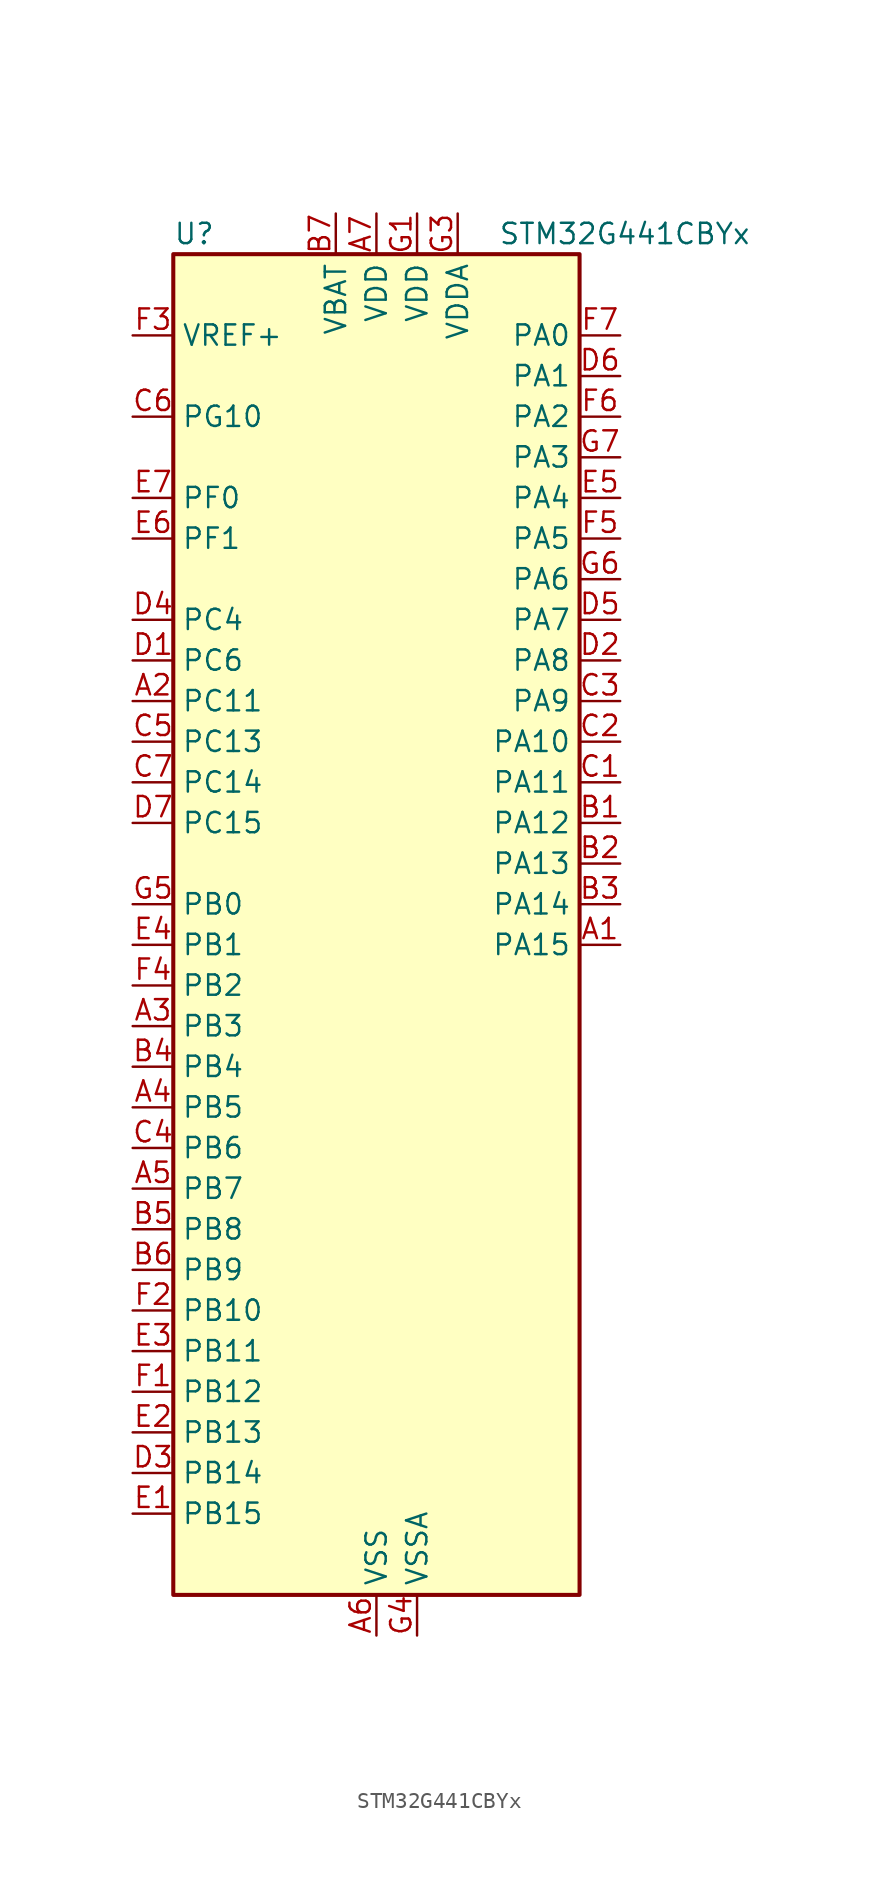
<source format=kicad_sym>
(kicad_symbol_lib
  (version 20241209)
  (generator "kicad_symbol_editor")
  (generator_version "9.0")
  (symbol "STM32G441CBYx"
    (property "Reference" "U"
      (at -12.7 44.45 0)
      (effects (font (size 1.27 1.27)) (justify left)))
    (property "Value" "STM32G441CBYx"
      (at 7.62 44.45 0)
      (effects (font (size 1.27 1.27)) (justify left)))
    (symbol "STM32G441CBYx_0_1"
      (rectangle (start -12.7 -40.64) (end 12.7 43.18) (stroke (width 0.254) (type default)) (fill (type background))))
    (symbol "STM32G441CBYx_1_1"
      (pin input line (at -15.24 38.1 0) (length 2.54) (name "VREF+" (effects (font (size 1.27 1.27)))) (number "F3" (effects (font (size 1.27 1.27)))) (alternate "VREFBUF_OUT" bidirectional line))
      (pin bidirectional line (at -15.24 33.02 0) (length 2.54) (name "PG10" (effects (font (size 1.27 1.27)))) (number "C6" (effects (font (size 1.27 1.27)))) (alternate "DAC1_EXTI10" bidirectional line) (alternate "DAC3_EXTI10" bidirectional line) (alternate "RCC_MCO" bidirectional line))
      (pin bidirectional line (at -15.24 27.94 0) (length 2.54) (name "PF0" (effects (font (size 1.27 1.27)))) (number "E7" (effects (font (size 1.27 1.27)))) (alternate "ADC1_IN10" bidirectional line) (alternate "I2C2_SDA" bidirectional line) (alternate "I2S2_WS" bidirectional line) (alternate "RCC_OSC_IN" bidirectional line) (alternate "SPI2_NSS" bidirectional line) (alternate "TIM1_CH3N" bidirectional line))
      (pin bidirectional line (at -15.24 25.4 0) (length 2.54) (name "PF1" (effects (font (size 1.27 1.27)))) (number "E6" (effects (font (size 1.27 1.27)))) (alternate "ADC2_IN10" bidirectional line) (alternate "COMP3_INM" bidirectional line) (alternate "I2S2_CK" bidirectional line) (alternate "RCC_OSC_OUT" bidirectional line) (alternate "SPI2_SCK" bidirectional line))
      (pin bidirectional line (at -15.24 20.32 0) (length 2.54) (name "PC4" (effects (font (size 1.27 1.27)))) (number "D4" (effects (font (size 1.27 1.27)))) (alternate "ADC2_IN5" bidirectional line) (alternate "I2C2_SCL" bidirectional line) (alternate "TIM1_ETR" bidirectional line) (alternate "USART1_TX" bidirectional line))
      (pin bidirectional line (at -15.24 17.78 0) (length 2.54) (name "PC6" (effects (font (size 1.27 1.27)))) (number "D1" (effects (font (size 1.27 1.27)))) (alternate "I2S2_MCK" bidirectional line) (alternate "TIM3_CH1" bidirectional line) (alternate "TIM8_CH1" bidirectional line))
      (pin bidirectional line (at -15.24 15.24 0) (length 2.54) (name "PC11" (effects (font (size 1.27 1.27)))) (number "A2" (effects (font (size 1.27 1.27)))) (alternate "ADC1_EXTI11" bidirectional line) (alternate "ADC2_EXTI11" bidirectional line) (alternate "I2C3_SDA" bidirectional line) (alternate "SPI3_MISO" bidirectional line) (alternate "TIM8_CH2N" bidirectional line) (alternate "USART3_RX" bidirectional line))
      (pin bidirectional line (at -15.24 12.7 0) (length 2.54) (name "PC13" (effects (font (size 1.27 1.27)))) (number "C5" (effects (font (size 1.27 1.27)))) (alternate "RTC_OUT1" bidirectional line) (alternate "RTC_TAMP1" bidirectional line) (alternate "RTC_TS" bidirectional line) (alternate "SYS_WKUP2" bidirectional line) (alternate "TIM1_BKIN" bidirectional line) (alternate "TIM1_CH1N" bidirectional line) (alternate "TIM8_CH4N" bidirectional line))
      (pin bidirectional line (at -15.24 10.16 0) (length 2.54) (name "PC14" (effects (font (size 1.27 1.27)))) (number "C7" (effects (font (size 1.27 1.27)))) (alternate "RCC_OSC32_IN" bidirectional line))
      (pin bidirectional line (at -15.24 7.62 0) (length 2.54) (name "PC15" (effects (font (size 1.27 1.27)))) (number "D7" (effects (font (size 1.27 1.27)))) (alternate "ADC1_EXTI15" bidirectional line) (alternate "ADC2_EXTI15" bidirectional line) (alternate "RCC_OSC32_OUT" bidirectional line))
      (pin bidirectional line (at -15.24 2.54 0) (length 2.54) (name "PB0" (effects (font (size 1.27 1.27)))) (number "G5" (effects (font (size 1.27 1.27)))) (alternate "ADC1_IN15" bidirectional line) (alternate "COMP4_INP" bidirectional line) (alternate "OPAMP2_VINP" bidirectional line) (alternate "OPAMP2_VINP_SEC" bidirectional line) (alternate "OPAMP3_VINP" bidirectional line) (alternate "OPAMP3_VINP_SEC" bidirectional line) (alternate "TIM1_CH2N" bidirectional line) (alternate "TIM3_CH3" bidirectional line) (alternate "TIM8_CH2N" bidirectional line) (alternate "UCPD1_FRSTX1" bidirectional line) (alternate "UCPD1_FRSTX2" bidirectional line))
      (pin bidirectional line (at -15.24 0 0) (length 2.54) (name "PB1" (effects (font (size 1.27 1.27)))) (number "E4" (effects (font (size 1.27 1.27)))) (alternate "ADC1_IN12" bidirectional line) (alternate "COMP1_INP" bidirectional line) (alternate "COMP4_OUT" bidirectional line) (alternate "LPUART1_DE" bidirectional line) (alternate "LPUART1_RTS" bidirectional line) (alternate "OPAMP3_VOUT" bidirectional line) (alternate "TIM1_CH3N" bidirectional line) (alternate "TIM3_CH4" bidirectional line) (alternate "TIM8_CH3N" bidirectional line))
      (pin bidirectional line (at -15.24 -2.54 0) (length 2.54) (name "PB2" (effects (font (size 1.27 1.27)))) (number "F4" (effects (font (size 1.27 1.27)))) (alternate "ADC2_IN12" bidirectional line) (alternate "COMP4_INM" bidirectional line) (alternate "I2C3_SMBA" bidirectional line) (alternate "LPTIM1_OUT" bidirectional line) (alternate "OPAMP3_VINM" bidirectional line) (alternate "OPAMP3_VINM0" bidirectional line) (alternate "OPAMP3_VINM_SEC" bidirectional line) (alternate "RTC_OUT2" bidirectional line))
      (pin bidirectional line (at -15.24 -5.08 0) (length 2.54) (name "PB3" (effects (font (size 1.27 1.27)))) (number "A3" (effects (font (size 1.27 1.27)))) (alternate "CRS_SYNC" bidirectional line) (alternate "I2S3_CK" bidirectional line) (alternate "SAI1_SCK_B" bidirectional line) (alternate "SPI1_SCK" bidirectional line) (alternate "SPI3_SCK" bidirectional line) (alternate "SYS_JTDO-SWO" bidirectional line) (alternate "TIM2_CH2" bidirectional line) (alternate "TIM3_ETR" bidirectional line) (alternate "TIM4_ETR" bidirectional line) (alternate "TIM8_CH1N" bidirectional line) (alternate "USART2_TX" bidirectional line))
      (pin bidirectional line (at -15.24 -7.62 0) (length 2.54) (name "PB4" (effects (font (size 1.27 1.27)))) (number "B4" (effects (font (size 1.27 1.27)))) (alternate "SAI1_MCLK_B" bidirectional line) (alternate "SPI1_MISO" bidirectional line) (alternate "SPI3_MISO" bidirectional line) (alternate "SYS_JTRST" bidirectional line) (alternate "TIM16_CH1" bidirectional line) (alternate "TIM17_BKIN" bidirectional line) (alternate "TIM3_CH1" bidirectional line) (alternate "TIM8_CH2N" bidirectional line) (alternate "UCPD1_CC2" bidirectional line) (alternate "USART2_RX" bidirectional line))
      (pin bidirectional line (at -15.24 -10.16 0) (length 2.54) (name "PB5" (effects (font (size 1.27 1.27)))) (number "A4" (effects (font (size 1.27 1.27)))) (alternate "I2C1_SMBA" bidirectional line) (alternate "I2C3_SDA" bidirectional line) (alternate "I2S3_SD" bidirectional line) (alternate "LPTIM1_IN1" bidirectional line) (alternate "SAI1_SD_B" bidirectional line) (alternate "SPI1_MOSI" bidirectional line) (alternate "SPI3_MOSI" bidirectional line) (alternate "TIM16_BKIN" bidirectional line) (alternate "TIM17_CH1" bidirectional line) (alternate "TIM3_CH2" bidirectional line) (alternate "TIM8_CH3N" bidirectional line) (alternate "USART2_CK" bidirectional line))
      (pin bidirectional line (at -15.24 -12.7 0) (length 2.54) (name "PB6" (effects (font (size 1.27 1.27)))) (number "C4" (effects (font (size 1.27 1.27)))) (alternate "COMP4_OUT" bidirectional line) (alternate "LPTIM1_ETR" bidirectional line) (alternate "SAI1_FS_B" bidirectional line) (alternate "TIM16_CH1N" bidirectional line) (alternate "TIM4_CH1" bidirectional line) (alternate "TIM8_BKIN2" bidirectional line) (alternate "TIM8_CH1" bidirectional line) (alternate "TIM8_ETR" bidirectional line) (alternate "UCPD1_CC1" bidirectional line) (alternate "USART1_TX" bidirectional line))
      (pin bidirectional line (at -15.24 -15.24 0) (length 2.54) (name "PB7" (effects (font (size 1.27 1.27)))) (number "A5" (effects (font (size 1.27 1.27)))) (alternate "COMP3_OUT" bidirectional line) (alternate "I2C1_SDA" bidirectional line) (alternate "LPTIM1_IN2" bidirectional line) (alternate "SYS_PVD_IN" bidirectional line) (alternate "TIM17_CH1N" bidirectional line) (alternate "TIM3_CH4" bidirectional line) (alternate "TIM4_CH2" bidirectional line) (alternate "TIM8_BKIN" bidirectional line) (alternate "USART1_RX" bidirectional line))
      (pin bidirectional line (at -15.24 -17.78 0) (length 2.54) (name "PB8" (effects (font (size 1.27 1.27)))) (number "B5" (effects (font (size 1.27 1.27)))) (alternate "COMP1_OUT" bidirectional line) (alternate "FDCAN1_RX" bidirectional line) (alternate "I2C1_SCL" bidirectional line) (alternate "SAI1_CK1" bidirectional line) (alternate "SAI1_MCLK_A" bidirectional line) (alternate "TIM16_CH1" bidirectional line) (alternate "TIM1_BKIN" bidirectional line) (alternate "TIM4_CH3" bidirectional line) (alternate "TIM8_CH2" bidirectional line) (alternate "USART3_RX" bidirectional line))
      (pin bidirectional line (at -15.24 -20.32 0) (length 2.54) (name "PB9" (effects (font (size 1.27 1.27)))) (number "B6" (effects (font (size 1.27 1.27)))) (alternate "COMP2_OUT" bidirectional line) (alternate "DAC1_EXTI9" bidirectional line) (alternate "DAC3_EXTI9" bidirectional line) (alternate "FDCAN1_TX" bidirectional line) (alternate "I2C1_SDA" bidirectional line) (alternate "IR_OUT" bidirectional line) (alternate "SAI1_D2" bidirectional line) (alternate "SAI1_FS_A" bidirectional line) (alternate "TIM17_CH1" bidirectional line) (alternate "TIM1_CH3N" bidirectional line) (alternate "TIM4_CH4" bidirectional line) (alternate "TIM8_CH3" bidirectional line) (alternate "USART3_TX" bidirectional line))
      (pin bidirectional line (at -15.24 -22.86 0) (length 2.54) (name "PB10" (effects (font (size 1.27 1.27)))) (number "F2" (effects (font (size 1.27 1.27)))) (alternate "DAC1_EXTI10" bidirectional line) (alternate "DAC3_EXTI10" bidirectional line) (alternate "LPUART1_RX" bidirectional line) (alternate "OPAMP3_VINM" bidirectional line) (alternate "OPAMP3_VINM1" bidirectional line) (alternate "OPAMP3_VINM_SEC" bidirectional line) (alternate "SAI1_SCK_A" bidirectional line) (alternate "TIM1_BKIN" bidirectional line) (alternate "TIM2_CH3" bidirectional line) (alternate "USART3_TX" bidirectional line))
      (pin bidirectional line (at -15.24 -25.4 0) (length 2.54) (name "PB11" (effects (font (size 1.27 1.27)))) (number "E3" (effects (font (size 1.27 1.27)))) (alternate "ADC1_EXTI11" bidirectional line) (alternate "ADC1_IN14" bidirectional line) (alternate "ADC2_EXTI11" bidirectional line) (alternate "ADC2_IN14" bidirectional line) (alternate "LPUART1_TX" bidirectional line) (alternate "TIM2_CH4" bidirectional line) (alternate "USART3_RX" bidirectional line))
      (pin bidirectional line (at -15.24 -27.94 0) (length 2.54) (name "PB12" (effects (font (size 1.27 1.27)))) (number "F1" (effects (font (size 1.27 1.27)))) (alternate "ADC1_IN11" bidirectional line) (alternate "I2C2_SMBA" bidirectional line) (alternate "I2S2_WS" bidirectional line) (alternate "LPUART1_DE" bidirectional line) (alternate "LPUART1_RTS" bidirectional line) (alternate "SPI2_NSS" bidirectional line) (alternate "TIM1_BKIN" bidirectional line) (alternate "USART3_CK" bidirectional line))
      (pin bidirectional line (at -15.24 -30.48 0) (length 2.54) (name "PB13" (effects (font (size 1.27 1.27)))) (number "E2" (effects (font (size 1.27 1.27)))) (alternate "I2S2_CK" bidirectional line) (alternate "LPUART1_CTS" bidirectional line) (alternate "OPAMP3_VINP" bidirectional line) (alternate "OPAMP3_VINP_SEC" bidirectional line) (alternate "SPI2_SCK" bidirectional line) (alternate "TIM1_CH1N" bidirectional line) (alternate "USART3_CTS" bidirectional line) (alternate "USART3_NSS" bidirectional line))
      (pin bidirectional line (at -15.24 -33.02 0) (length 2.54) (name "PB14" (effects (font (size 1.27 1.27)))) (number "D3" (effects (font (size 1.27 1.27)))) (alternate "ADC1_IN5" bidirectional line) (alternate "COMP4_OUT" bidirectional line) (alternate "OPAMP2_VINP" bidirectional line) (alternate "OPAMP2_VINP_SEC" bidirectional line) (alternate "SPI2_MISO" bidirectional line) (alternate "TIM15_CH1" bidirectional line) (alternate "TIM1_CH2N" bidirectional line) (alternate "USART3_DE" bidirectional line) (alternate "USART3_RTS" bidirectional line))
      (pin bidirectional line (at -15.24 -35.56 0) (length 2.54) (name "PB15" (effects (font (size 1.27 1.27)))) (number "E1" (effects (font (size 1.27 1.27)))) (alternate "ADC1_EXTI15" bidirectional line) (alternate "ADC2_EXTI15" bidirectional line) (alternate "ADC2_IN15" bidirectional line) (alternate "COMP3_OUT" bidirectional line) (alternate "I2S2_SD" bidirectional line) (alternate "RTC_REFIN" bidirectional line) (alternate "SPI2_MOSI" bidirectional line) (alternate "TIM15_CH1N" bidirectional line) (alternate "TIM15_CH2" bidirectional line) (alternate "TIM1_CH3N" bidirectional line))
      (pin power_in line (at -2.54 45.72 270) (length 2.54) (name "VBAT" (effects (font (size 1.27 1.27)))) (number "B7" (effects (font (size 1.27 1.27)))))
      (pin power_in line (at 0 45.72 270) (length 2.54) (name "VDD" (effects (font (size 1.27 1.27)))) (number "A7" (effects (font (size 1.27 1.27)))))
      (pin power_in line (at 0 -43.18 90) (length 2.54) (name "VSS" (effects (font (size 1.27 1.27)))) (number "A6" (effects (font (size 1.27 1.27)))))
      (pin passive line (at 0 -43.18 90) (length 2.54) (hide yes) (name "VSS" (effects (font (size 1.27 1.27)))) (number "G2" (effects (font (size 1.27 1.27)))))
      (pin power_in line (at 2.54 45.72 270) (length 2.54) (name "VDD" (effects (font (size 1.27 1.27)))) (number "G1" (effects (font (size 1.27 1.27)))))
      (pin power_in line (at 2.54 -43.18 90) (length 2.54) (name "VSSA" (effects (font (size 1.27 1.27)))) (number "G4" (effects (font (size 1.27 1.27)))))
      (pin power_in line (at 5.08 45.72 270) (length 2.54) (name "VDDA" (effects (font (size 1.27 1.27)))) (number "G3" (effects (font (size 1.27 1.27)))))
      (pin bidirectional line (at 15.24 38.1 180) (length 2.54) (name "PA0" (effects (font (size 1.27 1.27)))) (number "F7" (effects (font (size 1.27 1.27)))) (alternate "ADC1_IN1" bidirectional line) (alternate "ADC2_IN1" bidirectional line) (alternate "COMP1_INM" bidirectional line) (alternate "COMP1_OUT" bidirectional line) (alternate "COMP3_INP" bidirectional line) (alternate "RTC_TAMP2" bidirectional line) (alternate "SYS_WKUP1" bidirectional line) (alternate "TIM2_CH1" bidirectional line) (alternate "TIM2_ETR" bidirectional line) (alternate "TIM8_BKIN" bidirectional line) (alternate "TIM8_ETR" bidirectional line) (alternate "USART2_CTS" bidirectional line) (alternate "USART2_NSS" bidirectional line))
      (pin bidirectional line (at 15.24 35.56 180) (length 2.54) (name "PA1" (effects (font (size 1.27 1.27)))) (number "D6" (effects (font (size 1.27 1.27)))) (alternate "ADC1_IN2" bidirectional line) (alternate "ADC2_IN2" bidirectional line) (alternate "COMP1_INP" bidirectional line) (alternate "OPAMP1_VINP" bidirectional line) (alternate "OPAMP1_VINP_SEC" bidirectional line) (alternate "OPAMP3_VINP" bidirectional line) (alternate "OPAMP3_VINP_SEC" bidirectional line) (alternate "RTC_REFIN" bidirectional line) (alternate "TIM15_CH1N" bidirectional line) (alternate "TIM2_CH2" bidirectional line) (alternate "USART2_DE" bidirectional line) (alternate "USART2_RTS" bidirectional line))
      (pin bidirectional line (at 15.24 33.02 180) (length 2.54) (name "PA2" (effects (font (size 1.27 1.27)))) (number "F6" (effects (font (size 1.27 1.27)))) (alternate "ADC1_IN3" bidirectional line) (alternate "COMP2_INM" bidirectional line) (alternate "COMP2_OUT" bidirectional line) (alternate "LPUART1_TX" bidirectional line) (alternate "OPAMP1_VOUT" bidirectional line) (alternate "RCC_LSCO" bidirectional line) (alternate "SYS_WKUP4" bidirectional line) (alternate "TIM15_CH1" bidirectional line) (alternate "TIM2_CH3" bidirectional line) (alternate "UCPD1_FRSTX1" bidirectional line) (alternate "UCPD1_FRSTX2" bidirectional line) (alternate "USART2_TX" bidirectional line))
      (pin bidirectional line (at 15.24 30.48 180) (length 2.54) (name "PA3" (effects (font (size 1.27 1.27)))) (number "G7" (effects (font (size 1.27 1.27)))) (alternate "ADC1_IN4" bidirectional line) (alternate "COMP2_INP" bidirectional line) (alternate "LPUART1_RX" bidirectional line) (alternate "OPAMP1_VINM" bidirectional line) (alternate "OPAMP1_VINM0" bidirectional line) (alternate "OPAMP1_VINM_SEC" bidirectional line) (alternate "OPAMP1_VINP" bidirectional line) (alternate "OPAMP1_VINP_SEC" bidirectional line) (alternate "SAI1_CK1" bidirectional line) (alternate "SAI1_MCLK_A" bidirectional line) (alternate "TIM15_CH2" bidirectional line) (alternate "TIM2_CH4" bidirectional line) (alternate "USART2_RX" bidirectional line))
      (pin bidirectional line (at 15.24 27.94 180) (length 2.54) (name "PA4" (effects (font (size 1.27 1.27)))) (number "E5" (effects (font (size 1.27 1.27)))) (alternate "ADC2_IN17" bidirectional line) (alternate "COMP1_INM" bidirectional line) (alternate "DAC1_OUT1" bidirectional line) (alternate "I2S3_WS" bidirectional line) (alternate "SAI1_FS_B" bidirectional line) (alternate "SPI1_NSS" bidirectional line) (alternate "SPI3_NSS" bidirectional line) (alternate "TIM3_CH2" bidirectional line) (alternate "USART2_CK" bidirectional line))
      (pin bidirectional line (at 15.24 25.4 180) (length 2.54) (name "PA5" (effects (font (size 1.27 1.27)))) (number "F5" (effects (font (size 1.27 1.27)))) (alternate "ADC2_IN13" bidirectional line) (alternate "COMP2_INM" bidirectional line) (alternate "DAC1_OUT2" bidirectional line) (alternate "OPAMP2_VINM" bidirectional line) (alternate "OPAMP2_VINM0" bidirectional line) (alternate "OPAMP2_VINM_SEC" bidirectional line) (alternate "SPI1_SCK" bidirectional line) (alternate "TIM2_CH1" bidirectional line) (alternate "TIM2_ETR" bidirectional line) (alternate "UCPD1_FRSTX1" bidirectional line) (alternate "UCPD1_FRSTX2" bidirectional line))
      (pin bidirectional line (at 15.24 22.86 180) (length 2.54) (name "PA6" (effects (font (size 1.27 1.27)))) (number "G6" (effects (font (size 1.27 1.27)))) (alternate "ADC2_IN3" bidirectional line) (alternate "COMP1_OUT" bidirectional line) (alternate "LPUART1_CTS" bidirectional line) (alternate "OPAMP2_VOUT" bidirectional line) (alternate "SPI1_MISO" bidirectional line) (alternate "TIM16_CH1" bidirectional line) (alternate "TIM1_BKIN" bidirectional line) (alternate "TIM3_CH1" bidirectional line) (alternate "TIM8_BKIN" bidirectional line))
      (pin bidirectional line (at 15.24 20.32 180) (length 2.54) (name "PA7" (effects (font (size 1.27 1.27)))) (number "D5" (effects (font (size 1.27 1.27)))) (alternate "ADC2_IN4" bidirectional line) (alternate "COMP2_INP" bidirectional line) (alternate "COMP2_OUT" bidirectional line) (alternate "OPAMP1_VINP" bidirectional line) (alternate "OPAMP1_VINP_SEC" bidirectional line) (alternate "OPAMP2_VINP" bidirectional line) (alternate "OPAMP2_VINP_SEC" bidirectional line) (alternate "SPI1_MOSI" bidirectional line) (alternate "TIM17_CH1" bidirectional line) (alternate "TIM1_CH1N" bidirectional line) (alternate "TIM3_CH2" bidirectional line) (alternate "TIM8_CH1N" bidirectional line) (alternate "UCPD1_FRSTX1" bidirectional line) (alternate "UCPD1_FRSTX2" bidirectional line))
      (pin bidirectional line (at 15.24 17.78 180) (length 2.54) (name "PA8" (effects (font (size 1.27 1.27)))) (number "D2" (effects (font (size 1.27 1.27)))) (alternate "I2C2_SDA" bidirectional line) (alternate "I2C3_SCL" bidirectional line) (alternate "I2S2_MCK" bidirectional line) (alternate "RCC_MCO" bidirectional line) (alternate "SAI1_CK2" bidirectional line) (alternate "SAI1_SCK_A" bidirectional line) (alternate "TIM1_CH1" bidirectional line) (alternate "TIM4_ETR" bidirectional line) (alternate "USART1_CK" bidirectional line))
      (pin bidirectional line (at 15.24 15.24 180) (length 2.54) (name "PA9" (effects (font (size 1.27 1.27)))) (number "C3" (effects (font (size 1.27 1.27)))) (alternate "DAC1_EXTI9" bidirectional line) (alternate "DAC3_EXTI9" bidirectional line) (alternate "I2C2_SCL" bidirectional line) (alternate "I2C3_SMBA" bidirectional line) (alternate "I2S3_MCK" bidirectional line) (alternate "SAI1_FS_A" bidirectional line) (alternate "TIM15_BKIN" bidirectional line) (alternate "TIM1_CH2" bidirectional line) (alternate "TIM2_CH3" bidirectional line) (alternate "UCPD1_DBCC1" bidirectional line) (alternate "USART1_TX" bidirectional line))
      (pin bidirectional line (at 15.24 12.7 180) (length 2.54) (name "PA10" (effects (font (size 1.27 1.27)))) (number "C2" (effects (font (size 1.27 1.27)))) (alternate "CRS_SYNC" bidirectional line) (alternate "DAC1_EXTI10" bidirectional line) (alternate "DAC3_EXTI10" bidirectional line) (alternate "I2C2_SMBA" bidirectional line) (alternate "SAI1_D1" bidirectional line) (alternate "SAI1_SD_A" bidirectional line) (alternate "SPI2_MISO" bidirectional line) (alternate "TIM17_BKIN" bidirectional line) (alternate "TIM1_CH3" bidirectional line) (alternate "TIM2_CH4" bidirectional line) (alternate "TIM8_BKIN" bidirectional line) (alternate "UCPD1_DBCC2" bidirectional line) (alternate "USART1_RX" bidirectional line))
      (pin bidirectional line (at 15.24 10.16 180) (length 2.54) (name "PA11" (effects (font (size 1.27 1.27)))) (number "C1" (effects (font (size 1.27 1.27)))) (alternate "ADC1_EXTI11" bidirectional line) (alternate "ADC2_EXTI11" bidirectional line) (alternate "COMP1_OUT" bidirectional line) (alternate "FDCAN1_RX" bidirectional line) (alternate "I2S2_SD" bidirectional line) (alternate "SPI2_MOSI" bidirectional line) (alternate "TIM1_BKIN2" bidirectional line) (alternate "TIM1_CH1N" bidirectional line) (alternate "TIM1_CH4" bidirectional line) (alternate "TIM4_CH1" bidirectional line) (alternate "USART1_CTS" bidirectional line) (alternate "USART1_NSS" bidirectional line) (alternate "USB_DM" bidirectional line))
      (pin bidirectional line (at 15.24 7.62 180) (length 2.54) (name "PA12" (effects (font (size 1.27 1.27)))) (number "B1" (effects (font (size 1.27 1.27)))) (alternate "COMP2_OUT" bidirectional line) (alternate "FDCAN1_TX" bidirectional line) (alternate "I2S_CKIN" bidirectional line) (alternate "TIM16_CH1" bidirectional line) (alternate "TIM1_CH2N" bidirectional line) (alternate "TIM1_ETR" bidirectional line) (alternate "TIM4_CH2" bidirectional line) (alternate "USART1_DE" bidirectional line) (alternate "USART1_RTS" bidirectional line) (alternate "USB_DP" bidirectional line))
      (pin bidirectional line (at 15.24 5.08 180) (length 2.54) (name "PA13" (effects (font (size 1.27 1.27)))) (number "B2" (effects (font (size 1.27 1.27)))) (alternate "I2C1_SCL" bidirectional line) (alternate "IR_OUT" bidirectional line) (alternate "SAI1_SD_B" bidirectional line) (alternate "SYS_JTMS-SWDIO" bidirectional line) (alternate "TIM16_CH1N" bidirectional line) (alternate "TIM4_CH3" bidirectional line) (alternate "USART3_CTS" bidirectional line) (alternate "USART3_NSS" bidirectional line))
      (pin bidirectional line (at 15.24 2.54 180) (length 2.54) (name "PA14" (effects (font (size 1.27 1.27)))) (number "B3" (effects (font (size 1.27 1.27)))) (alternate "I2C1_SDA" bidirectional line) (alternate "LPTIM1_OUT" bidirectional line) (alternate "SAI1_FS_B" bidirectional line) (alternate "SYS_JTCK-SWCLK" bidirectional line) (alternate "TIM1_BKIN" bidirectional line) (alternate "TIM8_CH2" bidirectional line) (alternate "USART2_TX" bidirectional line))
      (pin bidirectional line (at 15.24 0 180) (length 2.54) (name "PA15" (effects (font (size 1.27 1.27)))) (number "A1" (effects (font (size 1.27 1.27)))) (alternate "ADC1_EXTI15" bidirectional line) (alternate "ADC2_EXTI15" bidirectional line) (alternate "I2C1_SCL" bidirectional line) (alternate "I2S3_WS" bidirectional line) (alternate "SPI1_NSS" bidirectional line) (alternate "SPI3_NSS" bidirectional line) (alternate "SYS_JTDI" bidirectional line) (alternate "TIM1_BKIN" bidirectional line) (alternate "TIM2_CH1" bidirectional line) (alternate "TIM2_ETR" bidirectional line) (alternate "TIM8_CH1" bidirectional line) (alternate "USART2_RX" bidirectional line)))))
</source>
